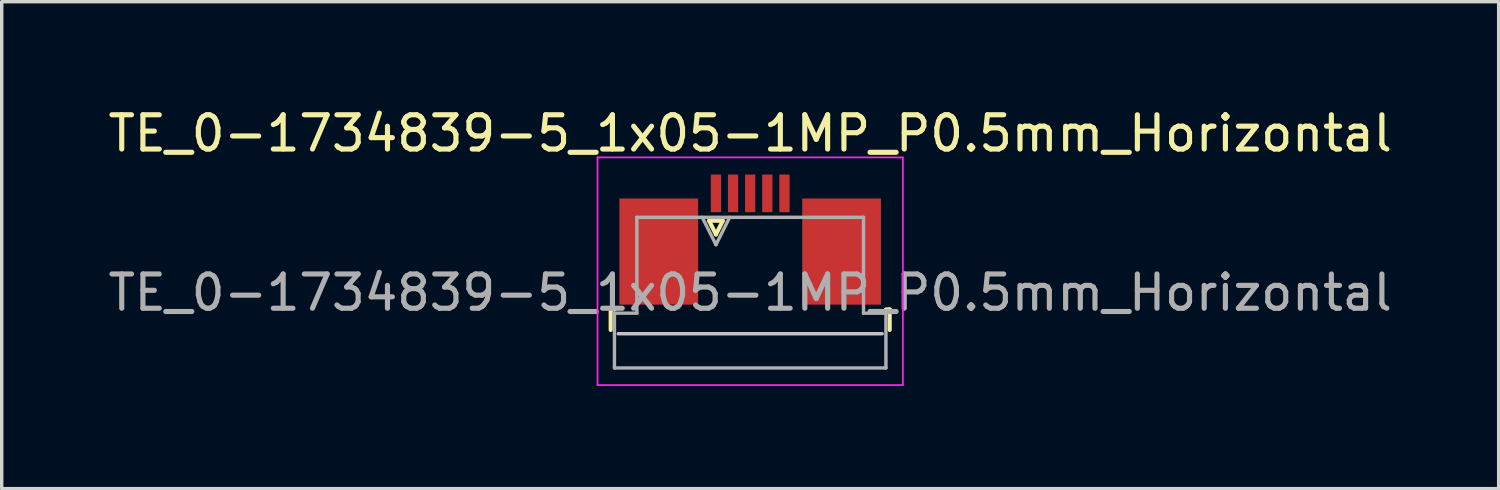
<source format=kicad_pcb>
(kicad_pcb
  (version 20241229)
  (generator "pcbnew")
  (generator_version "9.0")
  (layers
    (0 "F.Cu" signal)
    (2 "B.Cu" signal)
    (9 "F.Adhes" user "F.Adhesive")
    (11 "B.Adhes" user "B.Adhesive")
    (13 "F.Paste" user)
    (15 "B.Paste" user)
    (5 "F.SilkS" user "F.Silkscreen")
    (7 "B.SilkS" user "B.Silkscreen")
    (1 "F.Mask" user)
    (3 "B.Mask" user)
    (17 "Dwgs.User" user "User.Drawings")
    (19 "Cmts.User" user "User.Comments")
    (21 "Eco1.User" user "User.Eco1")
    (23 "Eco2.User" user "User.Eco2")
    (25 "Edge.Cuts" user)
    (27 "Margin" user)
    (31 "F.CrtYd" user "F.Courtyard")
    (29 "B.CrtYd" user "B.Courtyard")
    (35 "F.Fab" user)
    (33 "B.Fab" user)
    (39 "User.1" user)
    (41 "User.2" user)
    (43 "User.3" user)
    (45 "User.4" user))
  (footprint "TE_0-1734839-5_1x05-1MP_P0.5mm_Horizontal"
    (layer "F.Cu")
    (at 18.863 3.948)
    (property "Reference" "TE_0-1734839-5_1x05-1MP_P0.5mm_Horizontal" (at 0 -3.1 0) (layer "F.SilkS") (effects (font (size 1 1) (thickness 0.15))))
    (attr smd)
    (fp_line (start -4.075 2.04) (end -4.075 2.64) (stroke (width 0.12) (type solid)) (layer "F.SilkS"))
    (fp_line (start -3.965 2.04) (end -4.075 2.04) (stroke (width 0.12) (type solid)) (layer "F.SilkS"))
    (fp_line (start -1.2 -0.55) (end -1 -0.15) (stroke (width 0.12) (type solid)) (layer "F.SilkS"))
    (fp_line (start -1 -0.15) (end -0.8 -0.55) (stroke (width 0.12) (type solid)) (layer "F.SilkS"))
    (fp_line (start -0.8 -0.55) (end -1.2 -0.55) (stroke (width 0.12) (type solid)) (layer "F.SilkS"))
    (fp_line (start 3.965 2.04) (end 4.075 2.04) (stroke (width 0.12) (type solid)) (layer "F.SilkS"))
    (fp_line (start 4.075 2.04) (end 4.075 2.64) (stroke (width 0.12) (type solid)) (layer "F.SilkS"))
    (fp_line (start 3.855 2.75) (end -3.855 2.75) (stroke (width 0.1) (type solid)) (layer "Dwgs.User"))
    (fp_line (start -4.46 -2.4) (end -4.46 4.25) (stroke (width 0.05) (type solid)) (layer "F.CrtYd"))
    (fp_line (start -4.46 4.25) (end 4.46 4.25) (stroke (width 0.05) (type solid)) (layer "F.CrtYd"))
    (fp_line (start 4.46 -2.4) (end -4.46 -2.4) (stroke (width 0.05) (type solid)) (layer "F.CrtYd"))
    (fp_line (start 4.46 4.25) (end 4.46 -2.4) (stroke (width 0.05) (type solid)) (layer "F.CrtYd"))
    (fp_line (start -3.965 2.15) (end -3.31 2.15) (stroke (width 0.1) (type solid)) (layer "F.Fab"))
    (fp_line (start -3.965 3.75) (end -3.965 2.15) (stroke (width 0.1) (type solid)) (layer "F.Fab"))
    (fp_line (start -3.31 -0.65) (end 3.31 -0.65) (stroke (width 0.1) (type solid)) (layer "F.Fab"))
    (fp_line (start -3.31 2.15) (end -3.31 -0.65) (stroke (width 0.1) (type solid)) (layer "F.Fab"))
    (fp_line (start -1.4 -0.65) (end -1 0.15) (stroke (width 0.1) (type solid)) (layer "F.Fab"))
    (fp_line (start -1 0.15) (end -0.6 -0.65) (stroke (width 0.1) (type solid)) (layer "F.Fab"))
    (fp_line (start 3.31 -0.65) (end 3.31 2.15) (stroke (width 0.1) (type solid)) (layer "F.Fab"))
    (fp_line (start 3.31 2.15) (end 3.965 2.15) (stroke (width 0.1) (type solid)) (layer "F.Fab"))
    (fp_line (start 3.965 2.15) (end 3.965 3.75) (stroke (width 0.1) (type solid)) (layer "F.Fab"))
    (fp_line (start 3.965 3.75) (end -3.965 3.75) (stroke (width 0.1) (type solid)) (layer "F.Fab"))
    (fp_text user "${REFERENCE}" (at 0 1.55 0) (layer "F.Fab") (effects (font (size 1 1) (thickness 0.15))))
    (pad "1" smd rect (at -1 -1.35) (size 0.3 1.1) (layers "F.Cu" "F.Mask" "F.Paste"))
    (pad "2" smd rect (at -0.5 -1.35) (size 0.3 1.1) (layers "F.Cu" "F.Mask" "F.Paste"))
    (pad "3" smd rect (at 0 -1.35) (size 0.3 1.1) (layers "F.Cu" "F.Mask" "F.Paste"))
    (pad "4" smd rect (at 0.5 -1.35) (size 0.3 1.1) (layers "F.Cu" "F.Mask" "F.Paste"))
    (pad "5" smd rect (at 1 -1.35) (size 0.3 1.1) (layers "F.Cu" "F.Mask" "F.Paste"))
    (pad "MP" smd rect (at -2.67 0.35) (size 2.3 3.1) (layers "F.Cu" "F.Mask" "F.Paste"))
    (pad "MP" smd rect (at 2.67 0.35) (size 2.3 3.1) (layers "F.Cu" "F.Mask" "F.Paste")))
  (gr_rect
    (start -3 -3)
    (end 40.726 11.223)
    (stroke (width 0.1) (type default))
    (fill no)
    (layer "Edge.Cuts")))
</source>
